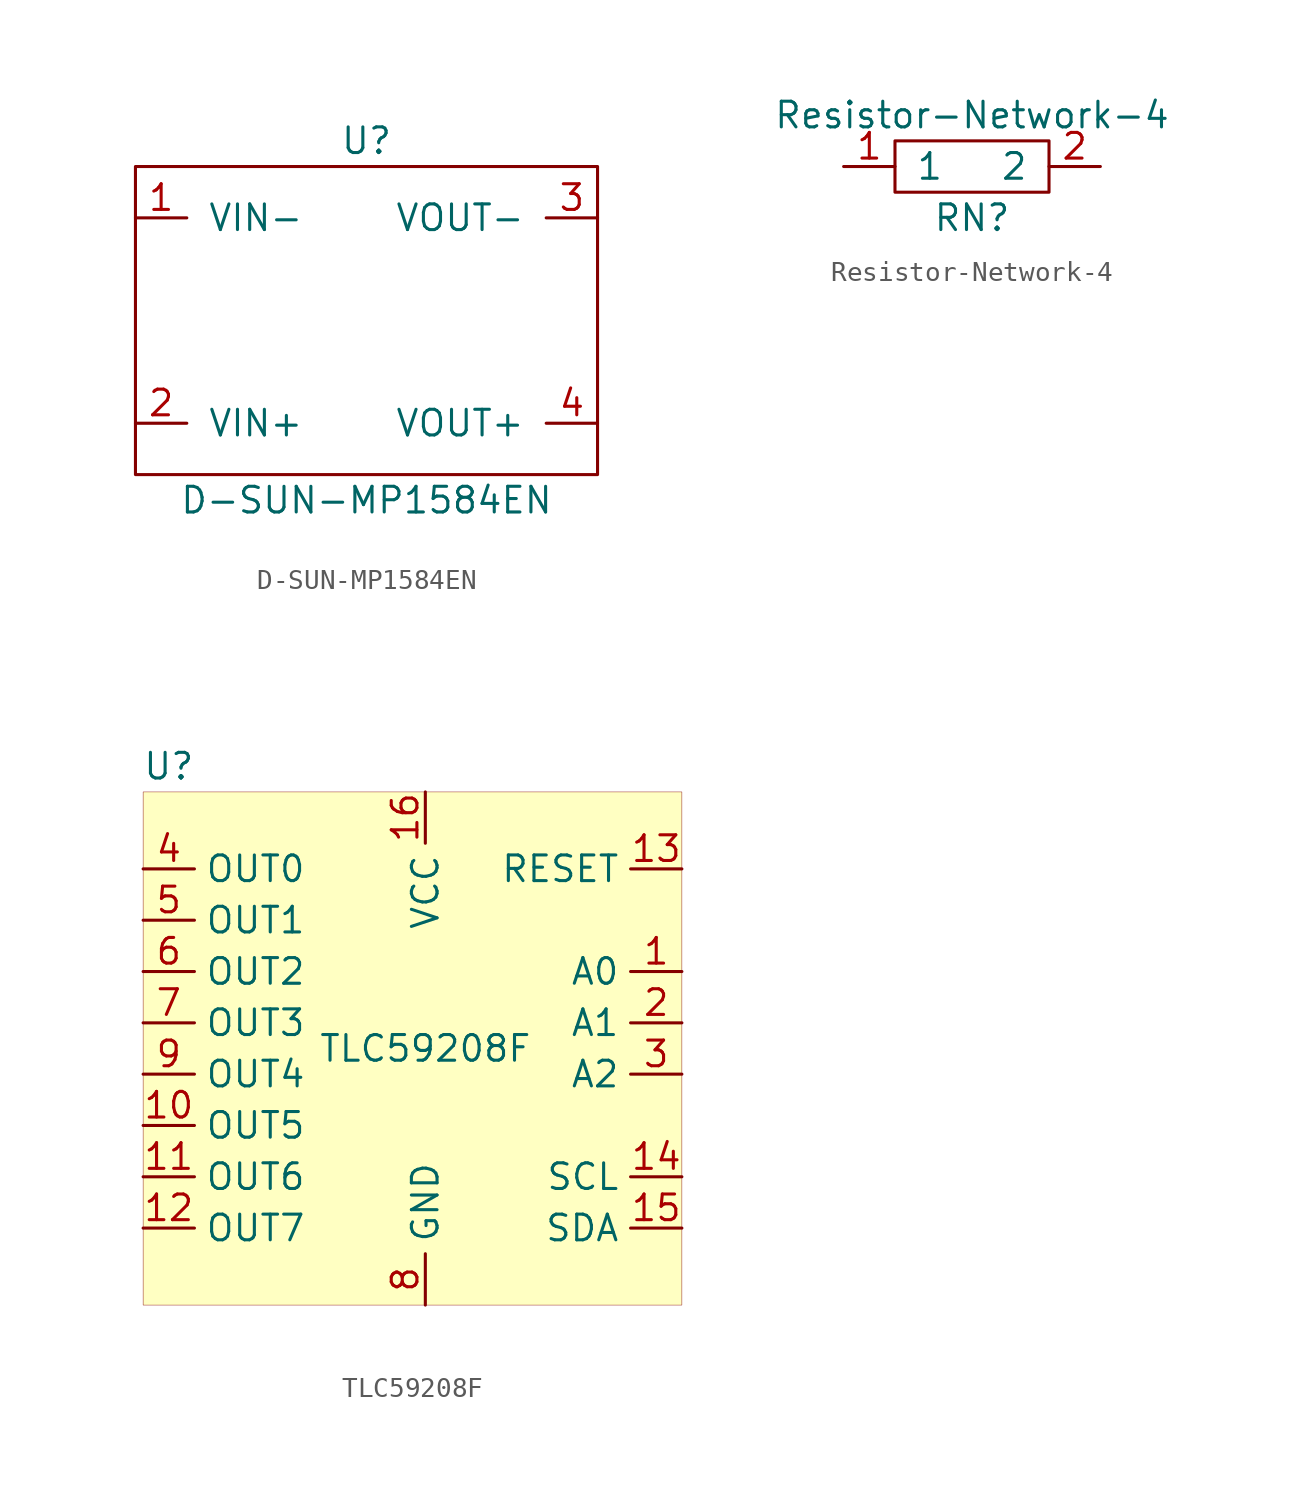
<source format=kicad_sym>
(kicad_symbol_lib
  (version 20211014)
  (generator kicad_symbol_editor)
  (symbol "D-SUN-MP1584EN"
    (pin_names
      (offset 1.016))
    (property "Reference" "U"
      (at 0 8.89 0)
      (effects (font (size 1.27 1.27))))
    (property "Value" "D-SUN-MP1584EN"
      (at 0 -8.89 0)
      (effects (font (size 1.27 1.27))))
    (symbol "D-SUN-MP1584EN_0_1"
      (rectangle (start -11.43 7.62) (end 11.43 -7.62) (stroke (width 0) (type default) (color 0 0 0 0)) (fill (type none))))
    (symbol "D-SUN-MP1584EN_1_1"
      (pin power_in line (at -11.43 5.08 0) (length 2.54) (name "VIN-" (effects (font (size 1.27 1.27)))) (number "1" (effects (font (size 1.27 1.27)))))
      (pin power_in line (at -11.43 -5.08 0) (length 2.54) (name "VIN+" (effects (font (size 1.27 1.27)))) (number "2" (effects (font (size 1.27 1.27)))))
      (pin power_out line (at 11.43 5.08 180) (length 2.54) (name "VOUT-" (effects (font (size 1.27 1.27)))) (number "3" (effects (font (size 1.27 1.27)))))
      (pin power_out line (at 11.43 -5.08 180) (length 2.54) (name "VOUT+" (effects (font (size 1.27 1.27)))) (number "4" (effects (font (size 1.27 1.27)))))))
  (symbol "Resistor-Network-4"
    (pin_names
      (offset 1.016))
    (property "Reference" "RN"
      (at 0 -2.54 0)
      (effects (font (size 1.27 1.27))))
    (property "Value" "Resistor-Network-4"
      (at 0 2.54 0)
      (effects (font (size 1.27 1.27))))
    (symbol "Resistor-Network-4_0_0"
      (pin bidirectional line (at -6.35 0 0) (length 2.54) (name "1" (effects (font (size 1.27 1.27)))) (number "1" (effects (font (size 1.27 1.27)))))
      (pin bidirectional line (at 6.35 0 180) (length 2.54) (name "2" (effects (font (size 1.27 1.27)))) (number "2" (effects (font (size 1.27 1.27))))))
    (symbol "Resistor-Network-4_0_1"
      (rectangle (start -3.81 1.27) (end 3.81 -1.27) (stroke (width 0) (type default) (color 0 0 0 0)) (fill (type none)))))
  (symbol "TLC59208F"
    (property "Reference" "U"
      (at -12.7 13.97 0)
      (effects (font (size 1.27 1.27))))
    (property "Value" "TLC59208F"
      (at 0 0 0)
      (effects (font (size 1.27 1.27))))
    (symbol "TLC59208F_0_1"
      (rectangle (start -13.97 12.7) (end 12.7 -12.7) (stroke (width 0.001) (type default) (color 0 0 0 0)) (fill (type background))))
    (symbol "TLC59208F_1_1"
      (pin input line (at 12.7 3.81 180) (length 2.54) (name "A0" (effects (font (size 1.27 1.27)))) (number "1" (effects (font (size 1.27 1.27)))))
      (pin input line (at -13.97 -3.81 0) (length 2.54) (name "OUT5" (effects (font (size 1.27 1.27)))) (number "10" (effects (font (size 1.27 1.27)))))
      (pin input line (at -13.97 -6.35 0) (length 2.54) (name "OUT6" (effects (font (size 1.27 1.27)))) (number "11" (effects (font (size 1.27 1.27)))))
      (pin input line (at -13.97 -8.89 0) (length 2.54) (name "OUT7" (effects (font (size 1.27 1.27)))) (number "12" (effects (font (size 1.27 1.27)))))
      (pin input line (at 12.7 8.89 180) (length 2.54) (name "RESET" (effects (font (size 1.27 1.27)))) (number "13" (effects (font (size 1.27 1.27)))))
      (pin input line (at 12.7 -6.35 180) (length 2.54) (name "SCL" (effects (font (size 1.27 1.27)))) (number "14" (effects (font (size 1.27 1.27)))))
      (pin input line (at 12.7 -8.89 180) (length 2.54) (name "SDA" (effects (font (size 1.27 1.27)))) (number "15" (effects (font (size 1.27 1.27)))))
      (pin input line (at 0 12.7 270) (length 2.54) (name "VCC" (effects (font (size 1.27 1.27)))) (number "16" (effects (font (size 1.27 1.27)))))
      (pin input line (at 12.7 1.27 180) (length 2.54) (name "A1" (effects (font (size 1.27 1.27)))) (number "2" (effects (font (size 1.27 1.27)))))
      (pin input line (at 12.7 -1.27 180) (length 2.54) (name "A2" (effects (font (size 1.27 1.27)))) (number "3" (effects (font (size 1.27 1.27)))))
      (pin input line (at -13.97 8.89 0) (length 2.54) (name "OUT0" (effects (font (size 1.27 1.27)))) (number "4" (effects (font (size 1.27 1.27)))))
      (pin input line (at -13.97 6.35 0) (length 2.54) (name "OUT1" (effects (font (size 1.27 1.27)))) (number "5" (effects (font (size 1.27 1.27)))))
      (pin input line (at -13.97 3.81 0) (length 2.54) (name "OUT2" (effects (font (size 1.27 1.27)))) (number "6" (effects (font (size 1.27 1.27)))))
      (pin input line (at -13.97 1.27 0) (length 2.54) (name "OUT3" (effects (font (size 1.27 1.27)))) (number "7" (effects (font (size 1.27 1.27)))))
      (pin input line (at 0 -12.7 90) (length 2.54) (name "GND" (effects (font (size 1.27 1.27)))) (number "8" (effects (font (size 1.27 1.27)))))
      (pin input line (at -13.97 -1.27 0) (length 2.54) (name "OUT4" (effects (font (size 1.27 1.27)))) (number "9" (effects (font (size 1.27 1.27))))))))
</source>
